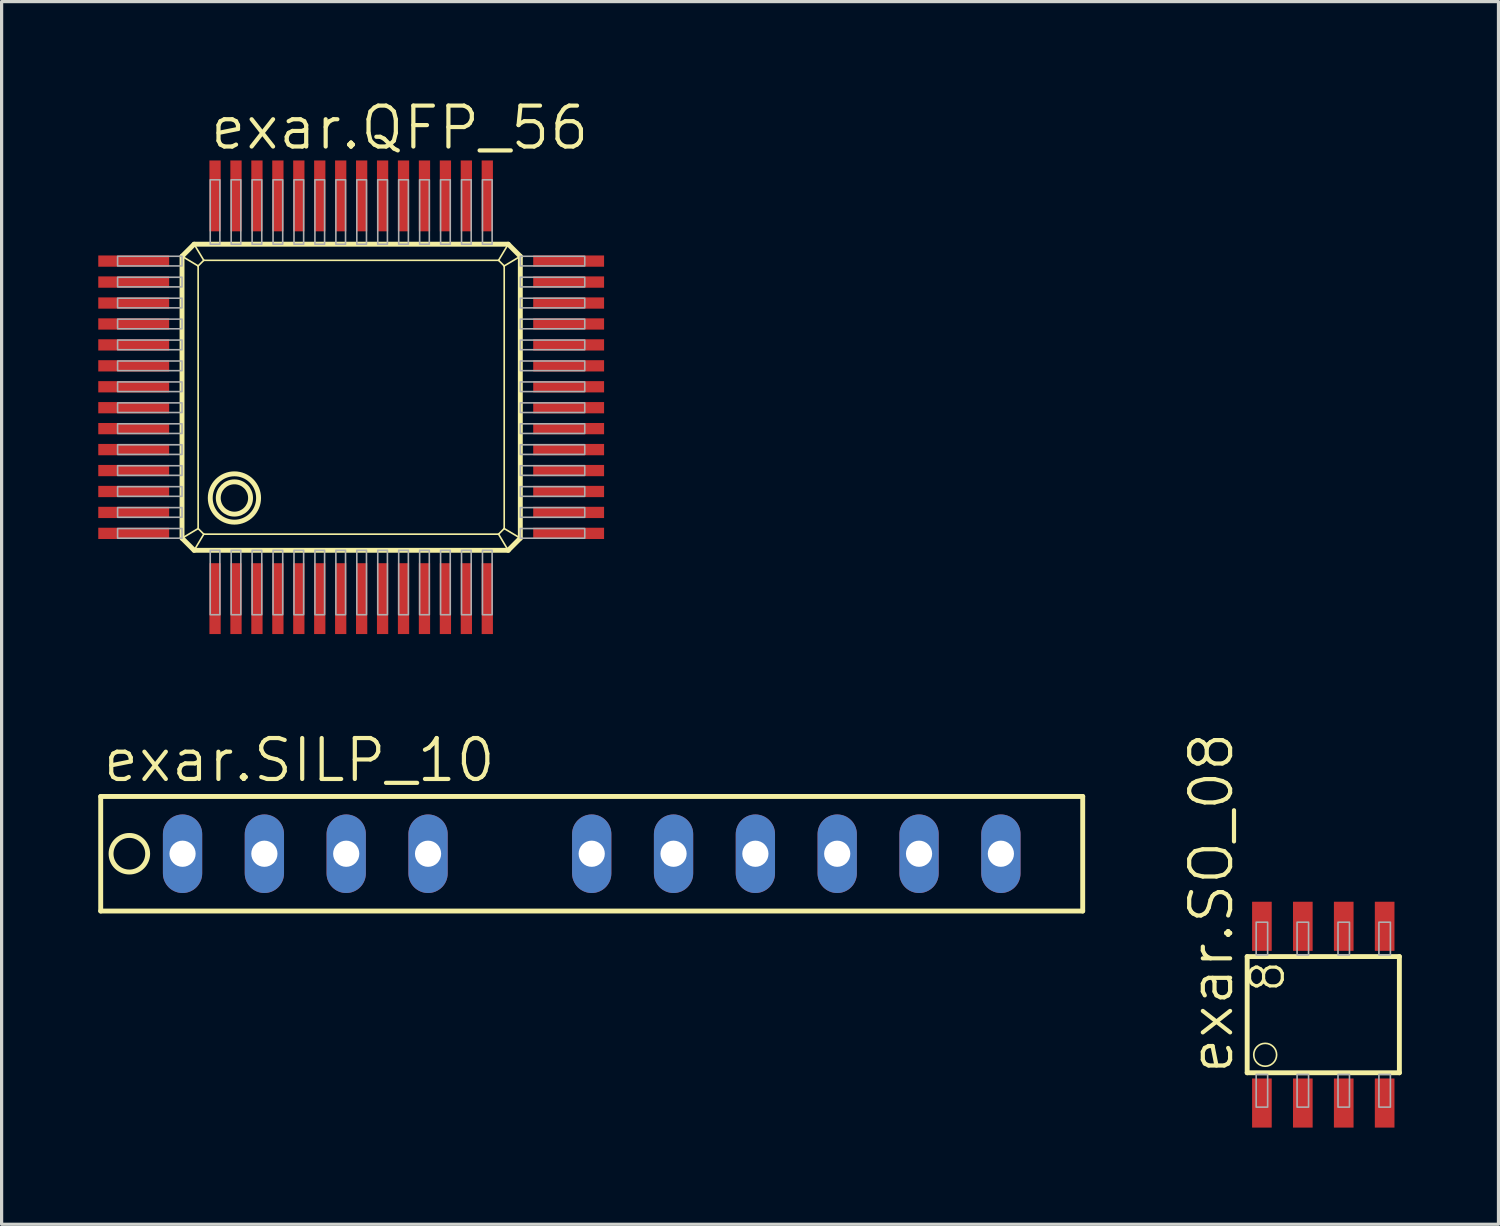
<source format=kicad_pcb>
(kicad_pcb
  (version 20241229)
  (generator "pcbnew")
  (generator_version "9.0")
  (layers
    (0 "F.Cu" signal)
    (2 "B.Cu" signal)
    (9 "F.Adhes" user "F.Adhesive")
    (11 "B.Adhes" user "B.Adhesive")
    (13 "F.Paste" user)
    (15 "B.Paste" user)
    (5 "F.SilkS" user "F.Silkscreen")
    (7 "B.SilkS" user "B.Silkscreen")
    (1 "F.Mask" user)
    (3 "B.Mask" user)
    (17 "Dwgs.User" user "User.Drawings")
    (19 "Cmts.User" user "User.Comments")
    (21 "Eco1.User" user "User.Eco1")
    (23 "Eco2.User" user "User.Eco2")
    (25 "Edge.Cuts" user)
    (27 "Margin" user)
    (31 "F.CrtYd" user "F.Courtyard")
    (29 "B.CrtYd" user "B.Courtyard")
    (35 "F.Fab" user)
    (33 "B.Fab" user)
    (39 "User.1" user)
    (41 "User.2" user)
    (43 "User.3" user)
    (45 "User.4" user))
  (footprint "exar.QFP_56"
    (layer "F.Cu")
    (at 7.85 9.28)
    (property "Reference" "exar.QFP_56" (at -4.445 -7.62 0) (layer "F.SilkS") (effects (font (size 1.27 1.27) (thickness 0.13)) (justify left bottom)))
    (attr smd)
    (fp_line (start -5.25 -4.375) (end -4.875 -4.75) (stroke (width 0.152) (type default)) (layer "F.SilkS"))
    (fp_line (start -5.25 -4.375) (end -4.75 -4.075) (stroke (width 0.051) (type default)) (layer "F.SilkS"))
    (fp_line (start -5.25 4.375) (end -5.25 -4.375) (stroke (width 0.152) (type default)) (layer "F.SilkS"))
    (fp_line (start -5.25 4.375) (end -4.75 4.075) (stroke (width 0.051) (type default)) (layer "F.SilkS"))
    (fp_line (start -4.875 -4.75) (end -4.575 -4.25) (stroke (width 0.051) (type default)) (layer "F.SilkS"))
    (fp_line (start -4.875 -4.75) (end 4.875 -4.75) (stroke (width 0.152) (type default)) (layer "F.SilkS"))
    (fp_line (start -4.874 4.751) (end -5.25 4.375) (stroke (width 0.152) (type default)) (layer "F.SilkS"))
    (fp_line (start -4.874 4.751) (end -4.575 4.25) (stroke (width 0.051) (type default)) (layer "F.SilkS"))
    (fp_line (start -4.75 -4.075) (end -4.575 -4.25) (stroke (width 0.051) (type default)) (layer "F.SilkS"))
    (fp_line (start -4.75 4.075) (end -4.75 -4.075) (stroke (width 0.051) (type default)) (layer "F.SilkS"))
    (fp_line (start -4.575 -4.25) (end 4.575 -4.25) (stroke (width 0.051) (type default)) (layer "F.SilkS"))
    (fp_line (start -4.575 4.25) (end -4.75 4.075) (stroke (width 0.051) (type default)) (layer "F.SilkS"))
    (fp_line (start 4.575 -4.25) (end 4.75 -4.075) (stroke (width 0.051) (type default)) (layer "F.SilkS"))
    (fp_line (start 4.575 4.25) (end -4.575 4.25) (stroke (width 0.051) (type default)) (layer "F.SilkS"))
    (fp_line (start 4.75 -4.075) (end 4.75 4.075) (stroke (width 0.051) (type default)) (layer "F.SilkS"))
    (fp_line (start 4.75 4.075) (end 4.575 4.25) (stroke (width 0.051) (type default)) (layer "F.SilkS"))
    (fp_line (start 4.874 4.751) (end -4.874 4.751) (stroke (width 0.152) (type default)) (layer "F.SilkS"))
    (fp_line (start 4.874 4.751) (end 4.575 4.25) (stroke (width 0.051) (type default)) (layer "F.SilkS"))
    (fp_line (start 4.875 -4.75) (end 4.575 -4.25) (stroke (width 0.051) (type default)) (layer "F.SilkS"))
    (fp_line (start 4.875 -4.75) (end 5.25 -4.375) (stroke (width 0.152) (type default)) (layer "F.SilkS"))
    (fp_line (start 5.25 -4.375) (end 4.75 -4.075) (stroke (width 0.051) (type default)) (layer "F.SilkS"))
    (fp_line (start 5.25 -4.375) (end 5.25 4.375) (stroke (width 0.152) (type default)) (layer "F.SilkS"))
    (fp_line (start 5.25 4.375) (end 4.75 4.075) (stroke (width 0.051) (type default)) (layer "F.SilkS"))
    (fp_line (start 5.25 4.375) (end 4.874 4.751) (stroke (width 0.152) (type default)) (layer "F.SilkS"))
    (fp_circle (center -3.624 3.127) (end -3.123 3.127) (stroke (width 0.152) (type default)) (fill no) (layer "F.SilkS"))
    (fp_circle (center -3.624 3.127) (end -2.874 3.127) (stroke (width 0.152) (type default)) (fill no) (layer "F.SilkS"))
    (fp_rect (start -7.25 -4.075) (end -5.25 -4.375) (stroke (width 0.05) (type default)) (fill no) (layer "F.Fab"))
    (fp_rect (start -7.25 -3.425) (end -5.25 -3.725) (stroke (width 0.05) (type default)) (fill no) (layer "F.Fab"))
    (fp_rect (start -7.25 -2.775) (end -5.25 -3.075) (stroke (width 0.05) (type default)) (fill no) (layer "F.Fab"))
    (fp_rect (start -7.25 -2.125) (end -5.25 -2.425) (stroke (width 0.05) (type default)) (fill no) (layer "F.Fab"))
    (fp_rect (start -7.25 -1.475) (end -5.25 -1.775) (stroke (width 0.05) (type default)) (fill no) (layer "F.Fab"))
    (fp_rect (start -7.25 -0.825) (end -5.25 -1.125) (stroke (width 0.05) (type default)) (fill no) (layer "F.Fab"))
    (fp_rect (start -7.25 -0.175) (end -5.25 -0.475) (stroke (width 0.05) (type default)) (fill no) (layer "F.Fab"))
    (fp_rect (start -7.25 0.475) (end -5.25 0.175) (stroke (width 0.05) (type default)) (fill no) (layer "F.Fab"))
    (fp_rect (start -7.25 1.125) (end -5.25 0.825) (stroke (width 0.05) (type default)) (fill no) (layer "F.Fab"))
    (fp_rect (start -7.25 1.775) (end -5.25 1.475) (stroke (width 0.05) (type default)) (fill no) (layer "F.Fab"))
    (fp_rect (start -7.25 2.425) (end -5.25 2.125) (stroke (width 0.05) (type default)) (fill no) (layer "F.Fab"))
    (fp_rect (start -7.25 3.075) (end -5.25 2.775) (stroke (width 0.05) (type default)) (fill no) (layer "F.Fab"))
    (fp_rect (start -7.25 3.725) (end -5.25 3.425) (stroke (width 0.05) (type default)) (fill no) (layer "F.Fab"))
    (fp_rect (start -7.25 4.375) (end -5.25 4.075) (stroke (width 0.05) (type default)) (fill no) (layer "F.Fab"))
    (fp_rect (start -4.375 -4.75) (end -4.075 -6.75) (stroke (width 0.05) (type default)) (fill no) (layer "F.Fab"))
    (fp_rect (start -4.375 6.751) (end -4.075 4.751) (stroke (width 0.05) (type default)) (fill no) (layer "F.Fab"))
    (fp_rect (start -3.725 -4.75) (end -3.425 -6.75) (stroke (width 0.05) (type default)) (fill no) (layer "F.Fab"))
    (fp_rect (start -3.725 6.751) (end -3.425 4.751) (stroke (width 0.05) (type default)) (fill no) (layer "F.Fab"))
    (fp_rect (start -3.075 -4.75) (end -2.775 -6.75) (stroke (width 0.05) (type default)) (fill no) (layer "F.Fab"))
    (fp_rect (start -3.075 6.751) (end -2.775 4.751) (stroke (width 0.05) (type default)) (fill no) (layer "F.Fab"))
    (fp_rect (start -2.425 -4.75) (end -2.125 -6.75) (stroke (width 0.05) (type default)) (fill no) (layer "F.Fab"))
    (fp_rect (start -2.425 6.751) (end -2.125 4.751) (stroke (width 0.05) (type default)) (fill no) (layer "F.Fab"))
    (fp_rect (start -1.775 -4.75) (end -1.475 -6.75) (stroke (width 0.05) (type default)) (fill no) (layer "F.Fab"))
    (fp_rect (start -1.775 6.751) (end -1.475 4.751) (stroke (width 0.05) (type default)) (fill no) (layer "F.Fab"))
    (fp_rect (start -1.125 -4.75) (end -0.825 -6.75) (stroke (width 0.05) (type default)) (fill no) (layer "F.Fab"))
    (fp_rect (start -1.125 6.751) (end -0.825 4.751) (stroke (width 0.05) (type default)) (fill no) (layer "F.Fab"))
    (fp_rect (start -0.475 -4.75) (end -0.175 -6.75) (stroke (width 0.05) (type default)) (fill no) (layer "F.Fab"))
    (fp_rect (start -0.475 6.751) (end -0.175 4.751) (stroke (width 0.05) (type default)) (fill no) (layer "F.Fab"))
    (fp_rect (start 0.175 -4.75) (end 0.475 -6.75) (stroke (width 0.05) (type default)) (fill no) (layer "F.Fab"))
    (fp_rect (start 0.175 6.751) (end 0.475 4.751) (stroke (width 0.05) (type default)) (fill no) (layer "F.Fab"))
    (fp_rect (start 0.825 -4.75) (end 1.125 -6.75) (stroke (width 0.05) (type default)) (fill no) (layer "F.Fab"))
    (fp_rect (start 0.825 6.751) (end 1.125 4.751) (stroke (width 0.05) (type default)) (fill no) (layer "F.Fab"))
    (fp_rect (start 1.475 -4.75) (end 1.775 -6.75) (stroke (width 0.05) (type default)) (fill no) (layer "F.Fab"))
    (fp_rect (start 1.475 6.751) (end 1.775 4.751) (stroke (width 0.05) (type default)) (fill no) (layer "F.Fab"))
    (fp_rect (start 2.125 -4.75) (end 2.425 -6.75) (stroke (width 0.05) (type default)) (fill no) (layer "F.Fab"))
    (fp_rect (start 2.125 6.751) (end 2.425 4.751) (stroke (width 0.05) (type default)) (fill no) (layer "F.Fab"))
    (fp_rect (start 2.775 -4.75) (end 3.075 -6.75) (stroke (width 0.05) (type default)) (fill no) (layer "F.Fab"))
    (fp_rect (start 2.775 6.751) (end 3.075 4.751) (stroke (width 0.05) (type default)) (fill no) (layer "F.Fab"))
    (fp_rect (start 3.425 -4.75) (end 3.725 -6.75) (stroke (width 0.05) (type default)) (fill no) (layer "F.Fab"))
    (fp_rect (start 3.425 6.751) (end 3.725 4.751) (stroke (width 0.05) (type default)) (fill no) (layer "F.Fab"))
    (fp_rect (start 4.075 -4.75) (end 4.375 -6.75) (stroke (width 0.05) (type default)) (fill no) (layer "F.Fab"))
    (fp_rect (start 4.075 6.751) (end 4.375 4.751) (stroke (width 0.05) (type default)) (fill no) (layer "F.Fab"))
    (fp_rect (start 5.25 -4.075) (end 7.25 -4.375) (stroke (width 0.05) (type default)) (fill no) (layer "F.Fab"))
    (fp_rect (start 5.25 -3.425) (end 7.25 -3.725) (stroke (width 0.05) (type default)) (fill no) (layer "F.Fab"))
    (fp_rect (start 5.25 -2.775) (end 7.25 -3.075) (stroke (width 0.05) (type default)) (fill no) (layer "F.Fab"))
    (fp_rect (start 5.25 -2.125) (end 7.25 -2.425) (stroke (width 0.05) (type default)) (fill no) (layer "F.Fab"))
    (fp_rect (start 5.25 -1.475) (end 7.25 -1.775) (stroke (width 0.05) (type default)) (fill no) (layer "F.Fab"))
    (fp_rect (start 5.25 -0.825) (end 7.25 -1.125) (stroke (width 0.05) (type default)) (fill no) (layer "F.Fab"))
    (fp_rect (start 5.25 -0.175) (end 7.25 -0.475) (stroke (width 0.05) (type default)) (fill no) (layer "F.Fab"))
    (fp_rect (start 5.25 0.475) (end 7.25 0.175) (stroke (width 0.05) (type default)) (fill no) (layer "F.Fab"))
    (fp_rect (start 5.25 1.125) (end 7.25 0.825) (stroke (width 0.05) (type default)) (fill no) (layer "F.Fab"))
    (fp_rect (start 5.25 1.775) (end 7.25 1.475) (stroke (width 0.05) (type default)) (fill no) (layer "F.Fab"))
    (fp_rect (start 5.25 2.425) (end 7.25 2.125) (stroke (width 0.05) (type default)) (fill no) (layer "F.Fab"))
    (fp_rect (start 5.25 3.075) (end 7.25 2.775) (stroke (width 0.05) (type default)) (fill no) (layer "F.Fab"))
    (fp_rect (start 5.25 3.725) (end 7.25 3.425) (stroke (width 0.05) (type default)) (fill no) (layer "F.Fab"))
    (fp_rect (start 5.25 4.375) (end 7.25 4.075) (stroke (width 0.05) (type default)) (fill no) (layer "F.Fab"))
    (pad "1" smd roundrect (at -4.225 6.25) (size 0.35 2.2) (layers "F.Cu" "F.Mask" "F.Paste") (roundrect_rratio 0.01))
    (pad "2" smd roundrect (at -3.575 6.25) (size 0.35 2.2) (layers "F.Cu" "F.Mask" "F.Paste") (roundrect_rratio 0.01))
    (pad "3" smd roundrect (at -2.925 6.25) (size 0.35 2.2) (layers "F.Cu" "F.Mask" "F.Paste") (roundrect_rratio 0.01))
    (pad "4" smd roundrect (at -2.275 6.25) (size 0.35 2.2) (layers "F.Cu" "F.Mask" "F.Paste") (roundrect_rratio 0.01))
    (pad "5" smd roundrect (at -1.625 6.25) (size 0.35 2.2) (layers "F.Cu" "F.Mask" "F.Paste") (roundrect_rratio 0.01))
    (pad "6" smd roundrect (at -0.975 6.25) (size 0.35 2.2) (layers "F.Cu" "F.Mask" "F.Paste") (roundrect_rratio 0.01))
    (pad "7" smd roundrect (at -0.325 6.25) (size 0.35 2.2) (layers "F.Cu" "F.Mask" "F.Paste") (roundrect_rratio 0.01))
    (pad "8" smd roundrect (at 0.325 6.25) (size 0.35 2.2) (layers "F.Cu" "F.Mask" "F.Paste") (roundrect_rratio 0.01))
    (pad "9" smd roundrect (at 0.975 6.25) (size 0.35 2.2) (layers "F.Cu" "F.Mask" "F.Paste") (roundrect_rratio 0.01))
    (pad "10" smd roundrect (at 1.625 6.25) (size 0.35 2.2) (layers "F.Cu" "F.Mask" "F.Paste") (roundrect_rratio 0.01))
    (pad "11" smd roundrect (at 2.275 6.25) (size 0.35 2.2) (layers "F.Cu" "F.Mask" "F.Paste") (roundrect_rratio 0.01))
    (pad "12" smd roundrect (at 2.925 6.25) (size 0.35 2.2) (layers "F.Cu" "F.Mask" "F.Paste") (roundrect_rratio 0.01))
    (pad "13" smd roundrect (at 3.575 6.25) (size 0.35 2.2) (layers "F.Cu" "F.Mask" "F.Paste") (roundrect_rratio 0.01))
    (pad "14" smd roundrect (at 4.225 6.25) (size 0.35 2.2) (layers "F.Cu" "F.Mask" "F.Paste") (roundrect_rratio 0.01))
    (pad "15" smd roundrect (at 6.75 4.225) (size 2.2 0.35) (layers "F.Cu" "F.Mask" "F.Paste") (roundrect_rratio 0.01))
    (pad "16" smd roundrect (at 6.75 3.575) (size 2.2 0.35) (layers "F.Cu" "F.Mask" "F.Paste") (roundrect_rratio 0.01))
    (pad "17" smd roundrect (at 6.75 2.925) (size 2.2 0.35) (layers "F.Cu" "F.Mask" "F.Paste") (roundrect_rratio 0.01))
    (pad "18" smd roundrect (at 6.75 2.275) (size 2.2 0.35) (layers "F.Cu" "F.Mask" "F.Paste") (roundrect_rratio 0.01))
    (pad "19" smd roundrect (at 6.75 1.625) (size 2.2 0.35) (layers "F.Cu" "F.Mask" "F.Paste") (roundrect_rratio 0.01))
    (pad "20" smd roundrect (at 6.75 0.975) (size 2.2 0.35) (layers "F.Cu" "F.Mask" "F.Paste") (roundrect_rratio 0.01))
    (pad "21" smd roundrect (at 6.75 0.325) (size 2.2 0.35) (layers "F.Cu" "F.Mask" "F.Paste") (roundrect_rratio 0.01))
    (pad "22" smd roundrect (at 6.75 -0.325) (size 2.2 0.35) (layers "F.Cu" "F.Mask" "F.Paste") (roundrect_rratio 0.01))
    (pad "23" smd roundrect (at 6.75 -0.975) (size 2.2 0.35) (layers "F.Cu" "F.Mask" "F.Paste") (roundrect_rratio 0.01))
    (pad "24" smd roundrect (at 6.75 -1.625) (size 2.2 0.35) (layers "F.Cu" "F.Mask" "F.Paste") (roundrect_rratio 0.01))
    (pad "25" smd roundrect (at 6.75 -2.275) (size 2.2 0.35) (layers "F.Cu" "F.Mask" "F.Paste") (roundrect_rratio 0.01))
    (pad "26" smd roundrect (at 6.75 -2.925) (size 2.2 0.35) (layers "F.Cu" "F.Mask" "F.Paste") (roundrect_rratio 0.01))
    (pad "27" smd roundrect (at 6.75 -3.575) (size 2.2 0.35) (layers "F.Cu" "F.Mask" "F.Paste") (roundrect_rratio 0.01))
    (pad "28" smd roundrect (at 6.75 -4.225) (size 2.2 0.35) (layers "F.Cu" "F.Mask" "F.Paste") (roundrect_rratio 0.01))
    (pad "29" smd roundrect (at 4.225 -6.25) (size 0.35 2.2) (layers "F.Cu" "F.Mask" "F.Paste") (roundrect_rratio 0.01))
    (pad "30" smd roundrect (at 3.575 -6.25) (size 0.35 2.2) (layers "F.Cu" "F.Mask" "F.Paste") (roundrect_rratio 0.01))
    (pad "31" smd roundrect (at 2.925 -6.25) (size 0.35 2.2) (layers "F.Cu" "F.Mask" "F.Paste") (roundrect_rratio 0.01))
    (pad "32" smd roundrect (at 2.275 -6.25) (size 0.35 2.2) (layers "F.Cu" "F.Mask" "F.Paste") (roundrect_rratio 0.01))
    (pad "33" smd roundrect (at 1.625 -6.25) (size 0.35 2.2) (layers "F.Cu" "F.Mask" "F.Paste") (roundrect_rratio 0.01))
    (pad "34" smd roundrect (at 0.975 -6.25) (size 0.35 2.2) (layers "F.Cu" "F.Mask" "F.Paste") (roundrect_rratio 0.01))
    (pad "35" smd roundrect (at 0.325 -6.25) (size 0.35 2.2) (layers "F.Cu" "F.Mask" "F.Paste") (roundrect_rratio 0.01))
    (pad "36" smd roundrect (at -0.325 -6.25) (size 0.35 2.2) (layers "F.Cu" "F.Mask" "F.Paste") (roundrect_rratio 0.01))
    (pad "37" smd roundrect (at -0.975 -6.25) (size 0.35 2.2) (layers "F.Cu" "F.Mask" "F.Paste") (roundrect_rratio 0.01))
    (pad "38" smd roundrect (at -1.625 -6.25) (size 0.35 2.2) (layers "F.Cu" "F.Mask" "F.Paste") (roundrect_rratio 0.01))
    (pad "39" smd roundrect (at -2.275 -6.25) (size 0.35 2.2) (layers "F.Cu" "F.Mask" "F.Paste") (roundrect_rratio 0.01))
    (pad "40" smd roundrect (at -2.925 -6.25) (size 0.35 2.2) (layers "F.Cu" "F.Mask" "F.Paste") (roundrect_rratio 0.01))
    (pad "41" smd roundrect (at -3.575 -6.25) (size 0.35 2.2) (layers "F.Cu" "F.Mask" "F.Paste") (roundrect_rratio 0.01))
    (pad "42" smd roundrect (at -4.225 -6.25) (size 0.35 2.2) (layers "F.Cu" "F.Mask" "F.Paste") (roundrect_rratio 0.01))
    (pad "43" smd roundrect (at -6.75 -4.225) (size 2.2 0.35) (layers "F.Cu" "F.Mask" "F.Paste") (roundrect_rratio 0.01))
    (pad "44" smd roundrect (at -6.75 -3.575) (size 2.2 0.35) (layers "F.Cu" "F.Mask" "F.Paste") (roundrect_rratio 0.01))
    (pad "45" smd roundrect (at -6.75 -2.925) (size 2.2 0.35) (layers "F.Cu" "F.Mask" "F.Paste") (roundrect_rratio 0.01))
    (pad "46" smd roundrect (at -6.75 -2.275) (size 2.2 0.35) (layers "F.Cu" "F.Mask" "F.Paste") (roundrect_rratio 0.01))
    (pad "47" smd roundrect (at -6.75 -1.625) (size 2.2 0.35) (layers "F.Cu" "F.Mask" "F.Paste") (roundrect_rratio 0.01))
    (pad "48" smd roundrect (at -6.75 -0.975) (size 2.2 0.35) (layers "F.Cu" "F.Mask" "F.Paste") (roundrect_rratio 0.01))
    (pad "49" smd roundrect (at -6.75 -0.325) (size 2.2 0.35) (layers "F.Cu" "F.Mask" "F.Paste") (roundrect_rratio 0.01))
    (pad "50" smd roundrect (at -6.75 0.325) (size 2.2 0.35) (layers "F.Cu" "F.Mask" "F.Paste") (roundrect_rratio 0.01))
    (pad "51" smd roundrect (at -6.75 0.975) (size 2.2 0.35) (layers "F.Cu" "F.Mask" "F.Paste") (roundrect_rratio 0.01))
    (pad "52" smd roundrect (at -6.75 1.625) (size 2.2 0.35) (layers "F.Cu" "F.Mask" "F.Paste") (roundrect_rratio 0.01))
    (pad "53" smd roundrect (at -6.75 2.275) (size 2.2 0.35) (layers "F.Cu" "F.Mask" "F.Paste") (roundrect_rratio 0.01))
    (pad "54" smd roundrect (at -6.75 2.925) (size 2.2 0.35) (layers "F.Cu" "F.Mask" "F.Paste") (roundrect_rratio 0.01))
    (pad "55" smd roundrect (at -6.75 3.575) (size 2.2 0.35) (layers "F.Cu" "F.Mask" "F.Paste") (roundrect_rratio 0.01))
    (pad "56" smd roundrect (at -6.75 4.225) (size 2.2 0.35) (layers "F.Cu" "F.Mask" "F.Paste") (roundrect_rratio 0.01)))
  (footprint "exar.SILP_10"
    (layer "F.Cu")
    (at 12.776 23.449)
    (property "Reference" "exar.SILP_10" (at -12.7 -2.159 0) (layer "F.SilkS") (effects (font (size 1.27 1.27) (thickness 0.13)) (justify left bottom)))
    (attr through_hole)
    (fp_line (start -12.7 -1.778) (end 17.78 -1.778) (stroke (width 0.152) (type default)) (layer "F.SilkS"))
    (fp_line (start -12.7 1.778) (end -12.7 -1.778) (stroke (width 0.152) (type default)) (layer "F.SilkS"))
    (fp_line (start 17.78 -1.778) (end 17.78 1.778) (stroke (width 0.152) (type default)) (layer "F.SilkS"))
    (fp_line (start 17.78 1.778) (end -12.7 1.778) (stroke (width 0.152) (type default)) (layer "F.SilkS"))
    (fp_circle (center -11.811 0) (end -11.243 0) (stroke (width 0.152) (type default)) (fill no) (layer "F.SilkS"))
    (pad "1" thru_hole oval (at -10.16 0 90) (size 2.438 1.219) (drill 0.813) (layers "*.Cu" "*.Mask"))
    (pad "2" thru_hole oval (at -7.62 0 90) (size 2.438 1.219) (drill 0.813) (layers "*.Cu" "*.Mask"))
    (pad "3" thru_hole oval (at -5.08 0 90) (size 2.438 1.219) (drill 0.813) (layers "*.Cu" "*.Mask"))
    (pad "4" thru_hole oval (at -2.54 0 90) (size 2.438 1.219) (drill 0.813) (layers "*.Cu" "*.Mask"))
    (pad "5" thru_hole oval (at 2.54 0 90) (size 2.438 1.219) (drill 0.813) (layers "*.Cu" "*.Mask"))
    (pad "6" thru_hole oval (at 5.08 0 90) (size 2.438 1.219) (drill 0.813) (layers "*.Cu" "*.Mask"))
    (pad "7" thru_hole oval (at 7.62 0 90) (size 2.438 1.219) (drill 0.813) (layers "*.Cu" "*.Mask"))
    (pad "8" thru_hole oval (at 10.16 0 90) (size 2.438 1.219) (drill 0.813) (layers "*.Cu" "*.Mask"))
    (pad "9" thru_hole oval (at 12.7 0 90) (size 2.438 1.219) (drill 0.813) (layers "*.Cu" "*.Mask"))
    (pad "10" thru_hole oval (at 15.24 0 90) (size 2.438 1.219) (drill 0.813) (layers "*.Cu" "*.Mask")))
  (footprint "exar.SO_08"
    (layer "F.Cu")
    (at 37.388 28.444)
    (property "Reference" "exar.SO_08" (at -2.095 1.905 90) (layer "F.SilkS") (effects (font (size 1.27 1.27) (thickness 0.13)) (justify left bottom)))
    (attr smd)
    (fp_line (start -1.727 -1.803) (end -1.727 1.803) (stroke (width 0.152) (type default)) (layer "F.SilkS"))
    (fp_line (start -1.727 1.803) (end 2.997 1.803) (stroke (width 0.152) (type default)) (layer "F.SilkS"))
    (fp_line (start 2.997 -1.803) (end -1.727 -1.803) (stroke (width 0.152) (type default)) (layer "F.SilkS"))
    (fp_line (start 2.997 1.803) (end 2.997 -1.803) (stroke (width 0.152) (type default)) (layer "F.SilkS"))
    (fp_circle (center -1.168 1.245) (end -0.813 1.245) (stroke (width 0.051) (type default)) (fill no) (layer "F.SilkS"))
    (fp_rect (start -1.448 -1.854) (end -1.092 -2.87) (stroke (width 0.05) (type default)) (fill no) (layer "F.Fab"))
    (fp_rect (start -1.448 2.87) (end -1.092 1.854) (stroke (width 0.05) (type default)) (fill no) (layer "F.Fab"))
    (fp_rect (start -0.178 -1.854) (end 0.178 -2.87) (stroke (width 0.05) (type default)) (fill no) (layer "F.Fab"))
    (fp_rect (start -0.178 2.87) (end 0.178 1.854) (stroke (width 0.05) (type default)) (fill no) (layer "F.Fab"))
    (fp_rect (start 1.092 -1.854) (end 1.448 -2.87) (stroke (width 0.05) (type default)) (fill no) (layer "F.Fab"))
    (fp_rect (start 1.092 2.87) (end 1.448 1.854) (stroke (width 0.05) (type default)) (fill no) (layer "F.Fab"))
    (fp_rect (start 2.362 -1.854) (end 2.718 -2.87) (stroke (width 0.05) (type default)) (fill no) (layer "F.Fab"))
    (fp_rect (start 2.362 2.87) (end 2.718 1.854) (stroke (width 0.05) (type default)) (fill no) (layer "F.Fab"))
    (fp_text user "8" (at -0.508 -0.635 90) (layer "F.SilkS") (effects (font (size 1.016 1.016) (thickness 0.1)) (justify left bottom)))
    (pad "1" smd roundrect (at -1.27 2.743) (size 0.61 1.524) (layers "F.Cu" "F.Mask" "F.Paste") (roundrect_rratio 0.01))
    (pad "2" smd roundrect (at 0 2.743) (size 0.61 1.524) (layers "F.Cu" "F.Mask" "F.Paste") (roundrect_rratio 0.01))
    (pad "3" smd roundrect (at 1.27 2.743) (size 0.61 1.524) (layers "F.Cu" "F.Mask" "F.Paste") (roundrect_rratio 0.01))
    (pad "4" smd roundrect (at 2.54 2.743) (size 0.61 1.524) (layers "F.Cu" "F.Mask" "F.Paste") (roundrect_rratio 0.01))
    (pad "5" smd roundrect (at 2.54 -2.743) (size 0.61 1.524) (layers "F.Cu" "F.Mask" "F.Paste") (roundrect_rratio 0.01))
    (pad "6" smd roundrect (at 1.27 -2.743) (size 0.61 1.524) (layers "F.Cu" "F.Mask" "F.Paste") (roundrect_rratio 0.01))
    (pad "7" smd roundrect (at 0 -2.743) (size 0.61 1.524) (layers "F.Cu" "F.Mask" "F.Paste") (roundrect_rratio 0.01))
    (pad "8" smd roundrect (at -1.27 -2.743) (size 0.61 1.524) (layers "F.Cu" "F.Mask" "F.Paste") (roundrect_rratio 0.01)))
  (gr_rect
    (start -3 -3)
    (end 43.461 34.95)
    (stroke (width 0.1) (type default))
    (fill no)
    (layer "Edge.Cuts")))
</source>
